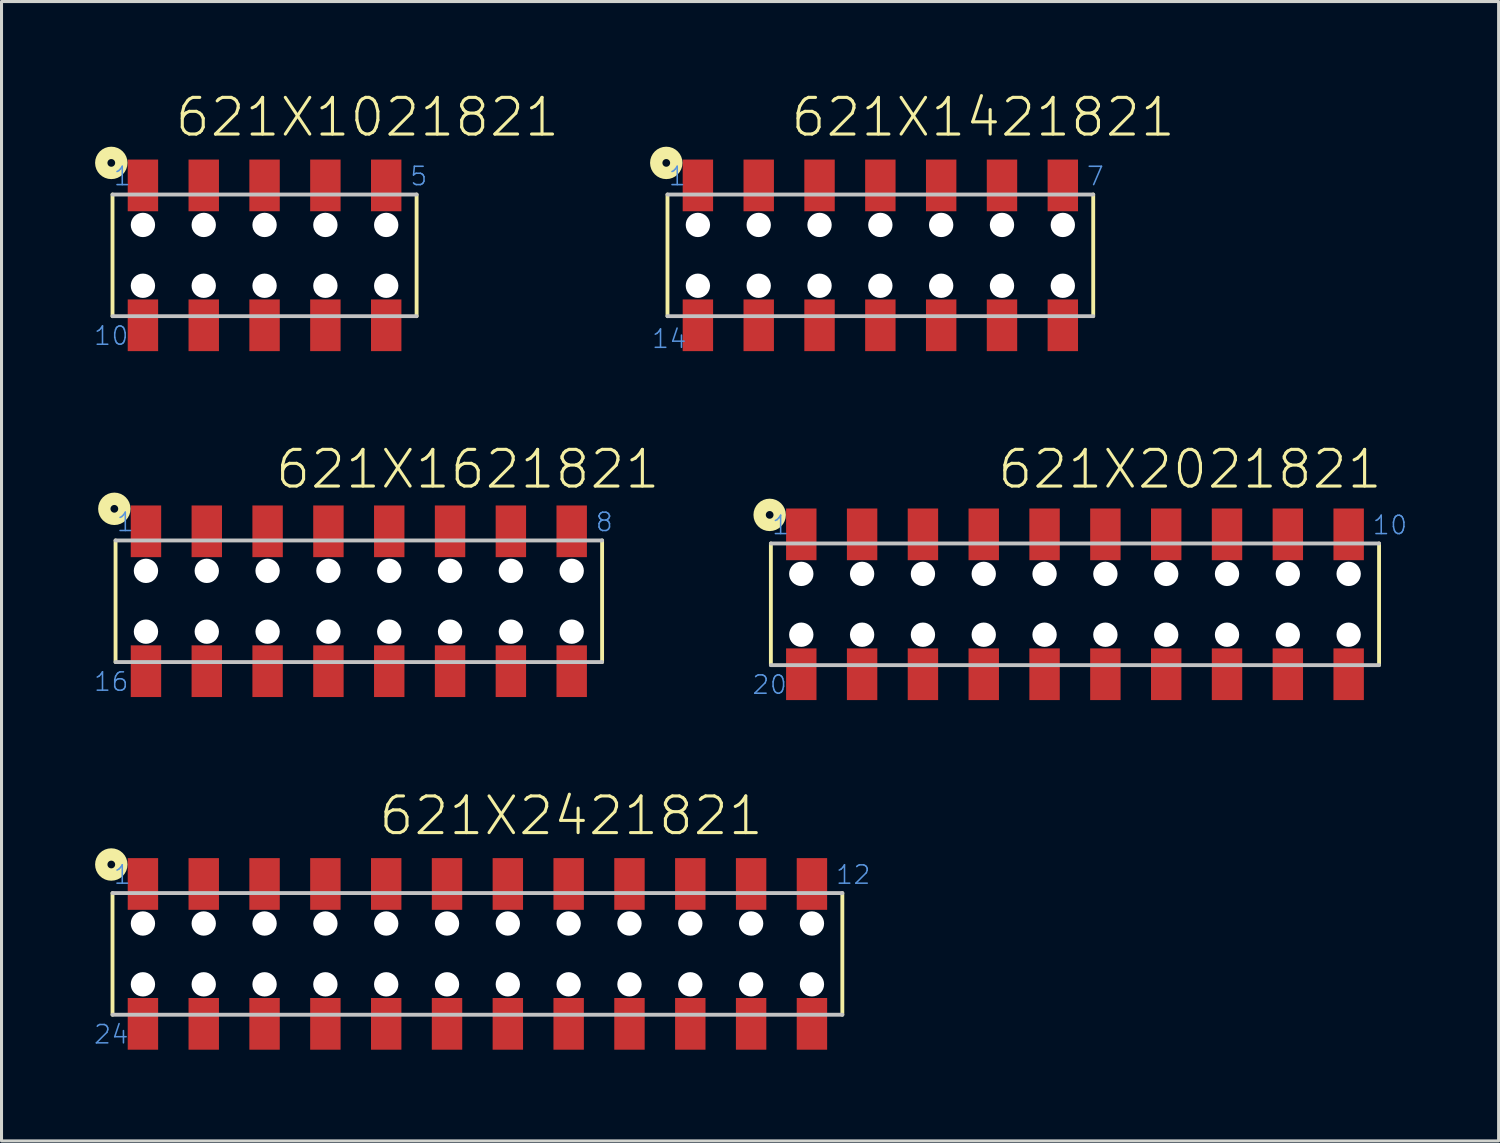
<source format=kicad_pcb>
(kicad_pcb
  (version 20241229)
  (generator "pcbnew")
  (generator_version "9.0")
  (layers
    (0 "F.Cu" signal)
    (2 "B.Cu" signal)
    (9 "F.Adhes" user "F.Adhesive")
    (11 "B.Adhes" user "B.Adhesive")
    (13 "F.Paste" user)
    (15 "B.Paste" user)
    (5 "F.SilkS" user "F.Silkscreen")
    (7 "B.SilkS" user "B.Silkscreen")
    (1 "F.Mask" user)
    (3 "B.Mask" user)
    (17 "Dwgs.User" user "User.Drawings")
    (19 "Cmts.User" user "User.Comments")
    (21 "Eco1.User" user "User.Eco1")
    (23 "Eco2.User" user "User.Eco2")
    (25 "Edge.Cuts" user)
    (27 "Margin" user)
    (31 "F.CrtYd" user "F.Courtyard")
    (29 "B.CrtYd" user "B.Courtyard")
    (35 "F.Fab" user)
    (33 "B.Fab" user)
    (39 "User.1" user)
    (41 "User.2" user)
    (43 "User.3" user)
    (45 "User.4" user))
  (footprint "621X1421821"
    (layer "F.Cu")
    (at 25.9 5.347)
    (property "Reference" "621X1421821" (at -3.003 -3.836 0) (layer "F.SilkS") (effects (font (size 1.206 1.206) (thickness 0.102)) (justify left bottom)))
    (attr through_hole)
    (fp_line (start -7 2) (end -7 -2) (stroke (width 0.127) (type solid)) (layer "F.SilkS"))
    (fp_line (start 7 -2) (end 7 2) (stroke (width 0.127) (type solid)) (layer "F.SilkS"))
    (fp_circle (center -7.04 -3.04) (end -6.913 -3.04) (stroke (width 0.406) (type solid)) (fill no) (layer "F.SilkS"))
    (fp_line (start -7 -2) (end 7 -2) (stroke (width 0.127) (type solid)) (layer "Dwgs.User"))
    (fp_line (start 7 2) (end -7 2) (stroke (width 0.127) (type solid)) (layer "Dwgs.User"))
    (fp_text user "7" (at 6.75 -2.25 0) (layer "Cmts.User") (effects (font (size 0.603 0.603) (thickness 0.051)) (justify left bottom)))
    (fp_text user "1" (at -7 -2.25 0) (layer "Cmts.User") (effects (font (size 0.603 0.603) (thickness 0.051)) (justify left bottom)))
    (fp_text user "14" (at -7.55 3.1 0) (layer "Cmts.User") (effects (font (size 0.603 0.603) (thickness 0.051)) (justify left bottom)))
    (pad "" np_thru_hole circle (at -6 -1) (size 0.8 0.8) (drill 0.8) (layers "*.Cu"))
    (pad "" np_thru_hole circle (at -6 1) (size 0.8 0.8) (drill 0.8) (layers "*.Cu"))
    (pad "" np_thru_hole circle (at -4 -1) (size 0.8 0.8) (drill 0.8) (layers "*.Cu"))
    (pad "" np_thru_hole circle (at -4 1) (size 0.8 0.8) (drill 0.8) (layers "*.Cu"))
    (pad "" np_thru_hole circle (at -2 -1) (size 0.8 0.8) (drill 0.8) (layers "*.Cu"))
    (pad "" np_thru_hole circle (at -2 1) (size 0.8 0.8) (drill 0.8) (layers "*.Cu"))
    (pad "" np_thru_hole circle (at 0 -1) (size 0.8 0.8) (drill 0.8) (layers "*.Cu"))
    (pad "" np_thru_hole circle (at 0 1) (size 0.8 0.8) (drill 0.8) (layers "*.Cu"))
    (pad "" np_thru_hole circle (at 2 -1) (size 0.8 0.8) (drill 0.8) (layers "*.Cu"))
    (pad "" np_thru_hole circle (at 2 1) (size 0.8 0.8) (drill 0.8) (layers "*.Cu"))
    (pad "" np_thru_hole circle (at 4 -1) (size 0.8 0.8) (drill 0.8) (layers "*.Cu"))
    (pad "" np_thru_hole circle (at 4 1) (size 0.8 0.8) (drill 0.8) (layers "*.Cu"))
    (pad "" np_thru_hole circle (at 6 -1) (size 0.8 0.8) (drill 0.8) (layers "*.Cu"))
    (pad "" np_thru_hole circle (at 6 1) (size 0.8 0.8) (drill 0.8) (layers "*.Cu"))
    (pad "1" smd rect (at -6 -2.3) (size 1 1.7) (layers "F.Cu" "F.Mask" "F.Paste"))
    (pad "2" smd rect (at -4 -2.3) (size 1 1.7) (layers "F.Cu" "F.Mask" "F.Paste"))
    (pad "3" smd rect (at -2 -2.3) (size 1 1.7) (layers "F.Cu" "F.Mask" "F.Paste"))
    (pad "4" smd rect (at 0 -2.3) (size 1 1.7) (layers "F.Cu" "F.Mask" "F.Paste"))
    (pad "5" smd rect (at 2 -2.3) (size 1 1.7) (layers "F.Cu" "F.Mask" "F.Paste"))
    (pad "6" smd rect (at 4 -2.3) (size 1 1.7) (layers "F.Cu" "F.Mask" "F.Paste"))
    (pad "7" smd rect (at 6 -2.3) (size 1 1.7) (layers "F.Cu" "F.Mask" "F.Paste"))
    (pad "8" smd rect (at 6 2.3) (size 1 1.7) (layers "F.Cu" "F.Mask" "F.Paste"))
    (pad "9" smd rect (at 4 2.3) (size 1 1.7) (layers "F.Cu" "F.Mask" "F.Paste"))
    (pad "10" smd rect (at 2 2.3) (size 1 1.7) (layers "F.Cu" "F.Mask" "F.Paste"))
    (pad "11" smd rect (at 0 2.3) (size 1 1.7) (layers "F.Cu" "F.Mask" "F.Paste"))
    (pad "12" smd rect (at -2 2.3) (size 1 1.7) (layers "F.Cu" "F.Mask" "F.Paste"))
    (pad "13" smd rect (at -4 2.3) (size 1 1.7) (layers "F.Cu" "F.Mask" "F.Paste"))
    (pad "14" smd rect (at -6 2.3) (size 1 1.7) (layers "F.Cu" "F.Mask" "F.Paste")))
  (footprint "621X2421821"
    (layer "F.Cu")
    (at 12.65 28.319)
    (property "Reference" "621X2421821" (at -3.303 -3.836 0) (layer "F.SilkS") (effects (font (size 1.206 1.206) (thickness 0.102)) (justify left bottom)))
    (attr through_hole)
    (fp_line (start -12 2) (end -12 -2) (stroke (width 0.127) (type solid)) (layer "F.SilkS"))
    (fp_line (start 12 -2) (end 12 2) (stroke (width 0.127) (type solid)) (layer "F.SilkS"))
    (fp_circle (center -12.04 -2.94) (end -11.913 -2.94) (stroke (width 0.406) (type solid)) (fill no) (layer "F.SilkS"))
    (fp_line (start -12 -2) (end 12 -2) (stroke (width 0.127) (type solid)) (layer "Dwgs.User"))
    (fp_line (start 12 2) (end -12 2) (stroke (width 0.127) (type solid)) (layer "Dwgs.User"))
    (fp_text user "24" (at -12.65 3 0) (layer "Cmts.User") (effects (font (size 0.603 0.603) (thickness 0.051)) (justify left bottom)))
    (fp_text user "12" (at 11.75 -2.25 0) (layer "Cmts.User") (effects (font (size 0.603 0.603) (thickness 0.051)) (justify left bottom)))
    (fp_text user "1" (at -12 -2.25 0) (layer "Cmts.User") (effects (font (size 0.603 0.603) (thickness 0.051)) (justify left bottom)))
    (pad "" np_thru_hole circle (at -11 -1) (size 0.8 0.8) (drill 0.8) (layers "*.Cu"))
    (pad "" np_thru_hole circle (at -11 1) (size 0.8 0.8) (drill 0.8) (layers "*.Cu"))
    (pad "" np_thru_hole circle (at -9 -1) (size 0.8 0.8) (drill 0.8) (layers "*.Cu"))
    (pad "" np_thru_hole circle (at -9 1) (size 0.8 0.8) (drill 0.8) (layers "*.Cu"))
    (pad "" np_thru_hole circle (at -7 -1) (size 0.8 0.8) (drill 0.8) (layers "*.Cu"))
    (pad "" np_thru_hole circle (at -7 1) (size 0.8 0.8) (drill 0.8) (layers "*.Cu"))
    (pad "" np_thru_hole circle (at -5 -1) (size 0.8 0.8) (drill 0.8) (layers "*.Cu"))
    (pad "" np_thru_hole circle (at -5 1) (size 0.8 0.8) (drill 0.8) (layers "*.Cu"))
    (pad "" np_thru_hole circle (at -3 -1) (size 0.8 0.8) (drill 0.8) (layers "*.Cu"))
    (pad "" np_thru_hole circle (at -3 1) (size 0.8 0.8) (drill 0.8) (layers "*.Cu"))
    (pad "" np_thru_hole circle (at -1 -1) (size 0.8 0.8) (drill 0.8) (layers "*.Cu"))
    (pad "" np_thru_hole circle (at -1 1) (size 0.8 0.8) (drill 0.8) (layers "*.Cu"))
    (pad "" np_thru_hole circle (at 1 -1) (size 0.8 0.8) (drill 0.8) (layers "*.Cu"))
    (pad "" np_thru_hole circle (at 1 1) (size 0.8 0.8) (drill 0.8) (layers "*.Cu"))
    (pad "" np_thru_hole circle (at 3 -1) (size 0.8 0.8) (drill 0.8) (layers "*.Cu"))
    (pad "" np_thru_hole circle (at 3 1) (size 0.8 0.8) (drill 0.8) (layers "*.Cu"))
    (pad "" np_thru_hole circle (at 5 -1) (size 0.8 0.8) (drill 0.8) (layers "*.Cu"))
    (pad "" np_thru_hole circle (at 5 1) (size 0.8 0.8) (drill 0.8) (layers "*.Cu"))
    (pad "" np_thru_hole circle (at 7 -1) (size 0.8 0.8) (drill 0.8) (layers "*.Cu"))
    (pad "" np_thru_hole circle (at 7 1) (size 0.8 0.8) (drill 0.8) (layers "*.Cu"))
    (pad "" np_thru_hole circle (at 9 -1) (size 0.8 0.8) (drill 0.8) (layers "*.Cu"))
    (pad "" np_thru_hole circle (at 9 1) (size 0.8 0.8) (drill 0.8) (layers "*.Cu"))
    (pad "" np_thru_hole circle (at 11 -1) (size 0.8 0.8) (drill 0.8) (layers "*.Cu"))
    (pad "" np_thru_hole circle (at 11 1) (size 0.8 0.8) (drill 0.8) (layers "*.Cu"))
    (pad "1" smd rect (at -11 -2.3) (size 1 1.7) (layers "F.Cu" "F.Mask" "F.Paste"))
    (pad "2" smd rect (at -9 -2.3) (size 1 1.7) (layers "F.Cu" "F.Mask" "F.Paste"))
    (pad "3" smd rect (at -7 -2.3) (size 1 1.7) (layers "F.Cu" "F.Mask" "F.Paste"))
    (pad "4" smd rect (at -5 -2.3) (size 1 1.7) (layers "F.Cu" "F.Mask" "F.Paste"))
    (pad "5" smd rect (at -3 -2.3) (size 1 1.7) (layers "F.Cu" "F.Mask" "F.Paste"))
    (pad "6" smd rect (at -1 -2.3) (size 1 1.7) (layers "F.Cu" "F.Mask" "F.Paste"))
    (pad "7" smd rect (at 1 -2.3) (size 1 1.7) (layers "F.Cu" "F.Mask" "F.Paste"))
    (pad "8" smd rect (at 3 -2.3) (size 1 1.7) (layers "F.Cu" "F.Mask" "F.Paste"))
    (pad "9" smd rect (at 5 -2.3) (size 1 1.7) (layers "F.Cu" "F.Mask" "F.Paste"))
    (pad "10" smd rect (at 7 -2.3) (size 1 1.7) (layers "F.Cu" "F.Mask" "F.Paste"))
    (pad "11" smd rect (at 9 -2.3) (size 1 1.7) (layers "F.Cu" "F.Mask" "F.Paste"))
    (pad "12" smd rect (at 11 -2.3) (size 1 1.7) (layers "F.Cu" "F.Mask" "F.Paste"))
    (pad "13" smd rect (at 11 2.3) (size 1 1.7) (layers "F.Cu" "F.Mask" "F.Paste"))
    (pad "14" smd rect (at 9 2.3) (size 1 1.7) (layers "F.Cu" "F.Mask" "F.Paste"))
    (pad "15" smd rect (at 7 2.3) (size 1 1.7) (layers "F.Cu" "F.Mask" "F.Paste"))
    (pad "16" smd rect (at 5 2.3) (size 1 1.7) (layers "F.Cu" "F.Mask" "F.Paste"))
    (pad "17" smd rect (at 3 2.3) (size 1 1.7) (layers "F.Cu" "F.Mask" "F.Paste"))
    (pad "18" smd rect (at 1 2.3) (size 1 1.7) (layers "F.Cu" "F.Mask" "F.Paste"))
    (pad "19" smd rect (at -1 2.3) (size 1 1.7) (layers "F.Cu" "F.Mask" "F.Paste"))
    (pad "20" smd rect (at -3 2.3) (size 1 1.7) (layers "F.Cu" "F.Mask" "F.Paste"))
    (pad "21" smd rect (at -5 2.3) (size 1 1.7) (layers "F.Cu" "F.Mask" "F.Paste"))
    (pad "22" smd rect (at -7 2.3) (size 1 1.7) (layers "F.Cu" "F.Mask" "F.Paste"))
    (pad "23" smd rect (at -9 2.3) (size 1 1.7) (layers "F.Cu" "F.Mask" "F.Paste"))
    (pad "24" smd rect (at -11 2.3) (size 1 1.7) (layers "F.Cu" "F.Mask" "F.Paste")))
  (footprint "621X1021821"
    (layer "F.Cu")
    (at 5.65 5.347)
    (property "Reference" "621X1021821" (at -3.003 -3.836 0) (layer "F.SilkS") (effects (font (size 1.206 1.206) (thickness 0.102)) (justify left bottom)))
    (attr through_hole)
    (fp_line (start -5 2) (end -5 -2) (stroke (width 0.127) (type solid)) (layer "F.SilkS"))
    (fp_line (start 5 -2) (end 5 2) (stroke (width 0.127) (type solid)) (layer "F.SilkS"))
    (fp_circle (center -5.04 -3.04) (end -4.913 -3.04) (stroke (width 0.406) (type solid)) (fill no) (layer "F.SilkS"))
    (fp_line (start -5 -2) (end 5 -2) (stroke (width 0.127) (type solid)) (layer "Dwgs.User"))
    (fp_line (start 5 2) (end -5 2) (stroke (width 0.127) (type solid)) (layer "Dwgs.User"))
    (fp_text user "1" (at -5 -2.25 0) (layer "Cmts.User") (effects (font (size 0.603 0.603) (thickness 0.051)) (justify left bottom)))
    (fp_text user "5" (at 4.75 -2.25 0) (layer "Cmts.User") (effects (font (size 0.603 0.603) (thickness 0.051)) (justify left bottom)))
    (fp_text user "10" (at -5.65 3 0) (layer "Cmts.User") (effects (font (size 0.603 0.603) (thickness 0.051)) (justify left bottom)))
    (pad "" np_thru_hole circle (at -4 -1) (size 0.8 0.8) (drill 0.8) (layers "*.Cu"))
    (pad "" np_thru_hole circle (at -4 1) (size 0.8 0.8) (drill 0.8) (layers "*.Cu"))
    (pad "" np_thru_hole circle (at -2 -1) (size 0.8 0.8) (drill 0.8) (layers "*.Cu"))
    (pad "" np_thru_hole circle (at -2 1) (size 0.8 0.8) (drill 0.8) (layers "*.Cu"))
    (pad "" np_thru_hole circle (at 0 -1) (size 0.8 0.8) (drill 0.8) (layers "*.Cu"))
    (pad "" np_thru_hole circle (at 0 1) (size 0.8 0.8) (drill 0.8) (layers "*.Cu"))
    (pad "" np_thru_hole circle (at 2 -1) (size 0.8 0.8) (drill 0.8) (layers "*.Cu"))
    (pad "" np_thru_hole circle (at 2 1) (size 0.8 0.8) (drill 0.8) (layers "*.Cu"))
    (pad "" np_thru_hole circle (at 4 -1) (size 0.8 0.8) (drill 0.8) (layers "*.Cu"))
    (pad "" np_thru_hole circle (at 4 1) (size 0.8 0.8) (drill 0.8) (layers "*.Cu"))
    (pad "1" smd rect (at -4 -2.3) (size 1 1.7) (layers "F.Cu" "F.Mask" "F.Paste"))
    (pad "2" smd rect (at -2 -2.3) (size 1 1.7) (layers "F.Cu" "F.Mask" "F.Paste"))
    (pad "3" smd rect (at 0 -2.3) (size 1 1.7) (layers "F.Cu" "F.Mask" "F.Paste"))
    (pad "4" smd rect (at 2 -2.3) (size 1 1.7) (layers "F.Cu" "F.Mask" "F.Paste"))
    (pad "5" smd rect (at 4 -2.3) (size 1 1.7) (layers "F.Cu" "F.Mask" "F.Paste"))
    (pad "6" smd rect (at 4 2.3) (size 1 1.7) (layers "F.Cu" "F.Mask" "F.Paste"))
    (pad "7" smd rect (at 2 2.3) (size 1 1.7) (layers "F.Cu" "F.Mask" "F.Paste"))
    (pad "8" smd rect (at 0 2.3) (size 1 1.7) (layers "F.Cu" "F.Mask" "F.Paste"))
    (pad "9" smd rect (at -2 2.3) (size 1 1.7) (layers "F.Cu" "F.Mask" "F.Paste"))
    (pad "10" smd rect (at -4 2.3) (size 1 1.7) (layers "F.Cu" "F.Mask" "F.Paste")))
  (footprint "621X1621821"
    (layer "F.Cu")
    (at 8.75 16.722)
    (property "Reference" "621X1621821" (at -2.803 -3.636 0) (layer "F.SilkS") (effects (font (size 1.206 1.206) (thickness 0.102)) (justify left bottom)))
    (attr through_hole)
    (fp_line (start -8 2) (end -8 -2) (stroke (width 0.127) (type solid)) (layer "F.SilkS"))
    (fp_line (start 8 -2) (end 8 2) (stroke (width 0.127) (type solid)) (layer "F.SilkS"))
    (fp_circle (center -8.04 -3.04) (end -7.913 -3.04) (stroke (width 0.406) (type solid)) (fill no) (layer "F.SilkS"))
    (fp_line (start -8 -2) (end 8 -2) (stroke (width 0.127) (type solid)) (layer "Dwgs.User"))
    (fp_line (start 8 2) (end -8 2) (stroke (width 0.127) (type solid)) (layer "Dwgs.User"))
    (fp_text user "1" (at -8 -2.25 0) (layer "Cmts.User") (effects (font (size 0.603 0.603) (thickness 0.051)) (justify left bottom)))
    (fp_text user "8" (at 7.75 -2.25 0) (layer "Cmts.User") (effects (font (size 0.603 0.603) (thickness 0.051)) (justify left bottom)))
    (fp_text user "16" (at -8.75 3 0) (layer "Cmts.User") (effects (font (size 0.603 0.603) (thickness 0.051)) (justify left bottom)))
    (pad "" np_thru_hole circle (at -7 -1) (size 0.8 0.8) (drill 0.8) (layers "*.Cu"))
    (pad "" np_thru_hole circle (at -7 1) (size 0.8 0.8) (drill 0.8) (layers "*.Cu"))
    (pad "" np_thru_hole circle (at -5 -1) (size 0.8 0.8) (drill 0.8) (layers "*.Cu"))
    (pad "" np_thru_hole circle (at -5 1) (size 0.8 0.8) (drill 0.8) (layers "*.Cu"))
    (pad "" np_thru_hole circle (at -3 -1) (size 0.8 0.8) (drill 0.8) (layers "*.Cu"))
    (pad "" np_thru_hole circle (at -3 1) (size 0.8 0.8) (drill 0.8) (layers "*.Cu"))
    (pad "" np_thru_hole circle (at -1 -1) (size 0.8 0.8) (drill 0.8) (layers "*.Cu"))
    (pad "" np_thru_hole circle (at -1 1) (size 0.8 0.8) (drill 0.8) (layers "*.Cu"))
    (pad "" np_thru_hole circle (at 1 -1) (size 0.8 0.8) (drill 0.8) (layers "*.Cu"))
    (pad "" np_thru_hole circle (at 1 1) (size 0.8 0.8) (drill 0.8) (layers "*.Cu"))
    (pad "" np_thru_hole circle (at 3 -1) (size 0.8 0.8) (drill 0.8) (layers "*.Cu"))
    (pad "" np_thru_hole circle (at 3 1) (size 0.8 0.8) (drill 0.8) (layers "*.Cu"))
    (pad "" np_thru_hole circle (at 5 -1) (size 0.8 0.8) (drill 0.8) (layers "*.Cu"))
    (pad "" np_thru_hole circle (at 5 1) (size 0.8 0.8) (drill 0.8) (layers "*.Cu"))
    (pad "" np_thru_hole circle (at 7 -1) (size 0.8 0.8) (drill 0.8) (layers "*.Cu"))
    (pad "" np_thru_hole circle (at 7 1) (size 0.8 0.8) (drill 0.8) (layers "*.Cu"))
    (pad "1" smd rect (at -7 -2.3) (size 1 1.7) (layers "F.Cu" "F.Mask" "F.Paste"))
    (pad "2" smd rect (at -5 -2.3) (size 1 1.7) (layers "F.Cu" "F.Mask" "F.Paste"))
    (pad "3" smd rect (at -3 -2.3) (size 1 1.7) (layers "F.Cu" "F.Mask" "F.Paste"))
    (pad "4" smd rect (at -1 -2.3) (size 1 1.7) (layers "F.Cu" "F.Mask" "F.Paste"))
    (pad "5" smd rect (at 1 -2.3) (size 1 1.7) (layers "F.Cu" "F.Mask" "F.Paste"))
    (pad "6" smd rect (at 3 -2.3) (size 1 1.7) (layers "F.Cu" "F.Mask" "F.Paste"))
    (pad "7" smd rect (at 5 -2.3) (size 1 1.7) (layers "F.Cu" "F.Mask" "F.Paste"))
    (pad "8" smd rect (at 7 -2.3) (size 1 1.7) (layers "F.Cu" "F.Mask" "F.Paste"))
    (pad "9" smd rect (at 7 2.3) (size 1 1.7) (layers "F.Cu" "F.Mask" "F.Paste"))
    (pad "10" smd rect (at 5 2.3) (size 1 1.7) (layers "F.Cu" "F.Mask" "F.Paste"))
    (pad "11" smd rect (at 3 2.3) (size 1 1.7) (layers "F.Cu" "F.Mask" "F.Paste"))
    (pad "12" smd rect (at 1 2.3) (size 1 1.7) (layers "F.Cu" "F.Mask" "F.Paste"))
    (pad "13" smd rect (at -1 2.3) (size 1 1.7) (layers "F.Cu" "F.Mask" "F.Paste"))
    (pad "14" smd rect (at -3 2.3) (size 1 1.7) (layers "F.Cu" "F.Mask" "F.Paste"))
    (pad "15" smd rect (at -5 2.3) (size 1 1.7) (layers "F.Cu" "F.Mask" "F.Paste"))
    (pad "16" smd rect (at -7 2.3) (size 1 1.7) (layers "F.Cu" "F.Mask" "F.Paste")))
  (footprint "621X2021821"
    (layer "F.Cu")
    (at 32.3 16.822)
    (property "Reference" "621X2021821" (at -2.603 -3.736 0) (layer "F.SilkS") (effects (font (size 1.206 1.206) (thickness 0.102)) (justify left bottom)))
    (attr through_hole)
    (fp_line (start -10 2) (end -10 -2) (stroke (width 0.127) (type solid)) (layer "F.SilkS"))
    (fp_line (start 10 -2) (end 10 2) (stroke (width 0.127) (type solid)) (layer "F.SilkS"))
    (fp_circle (center -10.04 -2.94) (end -9.913 -2.94) (stroke (width 0.406) (type solid)) (fill no) (layer "F.SilkS"))
    (fp_line (start -10 -2) (end 10 -2) (stroke (width 0.127) (type solid)) (layer "Dwgs.User"))
    (fp_line (start 10 2) (end -10 2) (stroke (width 0.127) (type solid)) (layer "Dwgs.User"))
    (fp_text user "10" (at 9.75 -2.25 0) (layer "Cmts.User") (effects (font (size 0.603 0.603) (thickness 0.051)) (justify left bottom)))
    (fp_text user "1" (at -10 -2.25 0) (layer "Cmts.User") (effects (font (size 0.603 0.603) (thickness 0.051)) (justify left bottom)))
    (fp_text user "20" (at -10.65 3 0) (layer "Cmts.User") (effects (font (size 0.603 0.603) (thickness 0.051)) (justify left bottom)))
    (pad "" np_thru_hole circle (at -9 -1) (size 0.8 0.8) (drill 0.8) (layers "*.Cu"))
    (pad "" np_thru_hole circle (at -9 1) (size 0.8 0.8) (drill 0.8) (layers "*.Cu"))
    (pad "" np_thru_hole circle (at -7 -1) (size 0.8 0.8) (drill 0.8) (layers "*.Cu"))
    (pad "" np_thru_hole circle (at -7 1) (size 0.8 0.8) (drill 0.8) (layers "*.Cu"))
    (pad "" np_thru_hole circle (at -5 -1) (size 0.8 0.8) (drill 0.8) (layers "*.Cu"))
    (pad "" np_thru_hole circle (at -5 1) (size 0.8 0.8) (drill 0.8) (layers "*.Cu"))
    (pad "" np_thru_hole circle (at -3 -1) (size 0.8 0.8) (drill 0.8) (layers "*.Cu"))
    (pad "" np_thru_hole circle (at -3 1) (size 0.8 0.8) (drill 0.8) (layers "*.Cu"))
    (pad "" np_thru_hole circle (at -1 -1) (size 0.8 0.8) (drill 0.8) (layers "*.Cu"))
    (pad "" np_thru_hole circle (at -1 1) (size 0.8 0.8) (drill 0.8) (layers "*.Cu"))
    (pad "" np_thru_hole circle (at 1 -1) (size 0.8 0.8) (drill 0.8) (layers "*.Cu"))
    (pad "" np_thru_hole circle (at 1 1) (size 0.8 0.8) (drill 0.8) (layers "*.Cu"))
    (pad "" np_thru_hole circle (at 3 -1) (size 0.8 0.8) (drill 0.8) (layers "*.Cu"))
    (pad "" np_thru_hole circle (at 3 1) (size 0.8 0.8) (drill 0.8) (layers "*.Cu"))
    (pad "" np_thru_hole circle (at 5 -1) (size 0.8 0.8) (drill 0.8) (layers "*.Cu"))
    (pad "" np_thru_hole circle (at 5 1) (size 0.8 0.8) (drill 0.8) (layers "*.Cu"))
    (pad "" np_thru_hole circle (at 7 -1) (size 0.8 0.8) (drill 0.8) (layers "*.Cu"))
    (pad "" np_thru_hole circle (at 7 1) (size 0.8 0.8) (drill 0.8) (layers "*.Cu"))
    (pad "" np_thru_hole circle (at 9 -1) (size 0.8 0.8) (drill 0.8) (layers "*.Cu"))
    (pad "" np_thru_hole circle (at 9 1) (size 0.8 0.8) (drill 0.8) (layers "*.Cu"))
    (pad "1" smd rect (at -9 -2.3) (size 1 1.7) (layers "F.Cu" "F.Mask" "F.Paste"))
    (pad "2" smd rect (at -7 -2.3) (size 1 1.7) (layers "F.Cu" "F.Mask" "F.Paste"))
    (pad "3" smd rect (at -5 -2.3) (size 1 1.7) (layers "F.Cu" "F.Mask" "F.Paste"))
    (pad "4" smd rect (at -3 -2.3) (size 1 1.7) (layers "F.Cu" "F.Mask" "F.Paste"))
    (pad "5" smd rect (at -1 -2.3) (size 1 1.7) (layers "F.Cu" "F.Mask" "F.Paste"))
    (pad "6" smd rect (at 1 -2.3) (size 1 1.7) (layers "F.Cu" "F.Mask" "F.Paste"))
    (pad "7" smd rect (at 3 -2.3) (size 1 1.7) (layers "F.Cu" "F.Mask" "F.Paste"))
    (pad "8" smd rect (at 5 -2.3) (size 1 1.7) (layers "F.Cu" "F.Mask" "F.Paste"))
    (pad "9" smd rect (at 7 -2.3) (size 1 1.7) (layers "F.Cu" "F.Mask" "F.Paste"))
    (pad "10" smd rect (at 9 -2.3) (size 1 1.7) (layers "F.Cu" "F.Mask" "F.Paste"))
    (pad "11" smd rect (at 9 2.3) (size 1 1.7) (layers "F.Cu" "F.Mask" "F.Paste"))
    (pad "12" smd rect (at 7 2.3) (size 1 1.7) (layers "F.Cu" "F.Mask" "F.Paste"))
    (pad "13" smd rect (at 5 2.3) (size 1 1.7) (layers "F.Cu" "F.Mask" "F.Paste"))
    (pad "14" smd rect (at 3 2.3) (size 1 1.7) (layers "F.Cu" "F.Mask" "F.Paste"))
    (pad "15" smd rect (at 1 2.3) (size 1 1.7) (layers "F.Cu" "F.Mask" "F.Paste"))
    (pad "16" smd rect (at -1 2.3) (size 1 1.7) (layers "F.Cu" "F.Mask" "F.Paste"))
    (pad "17" smd rect (at -3 2.3) (size 1 1.7) (layers "F.Cu" "F.Mask" "F.Paste"))
    (pad "18" smd rect (at -5 2.3) (size 1 1.7) (layers "F.Cu" "F.Mask" "F.Paste"))
    (pad "19" smd rect (at -7 2.3) (size 1 1.7) (layers "F.Cu" "F.Mask" "F.Paste"))
    (pad "20" smd rect (at -9 2.3) (size 1 1.7) (layers "F.Cu" "F.Mask" "F.Paste")))
  (gr_rect
    (start -3 -3)
    (end 46.231 34.469)
    (stroke (width 0.1) (type default))
    (fill no)
    (layer "Edge.Cuts")))
</source>
